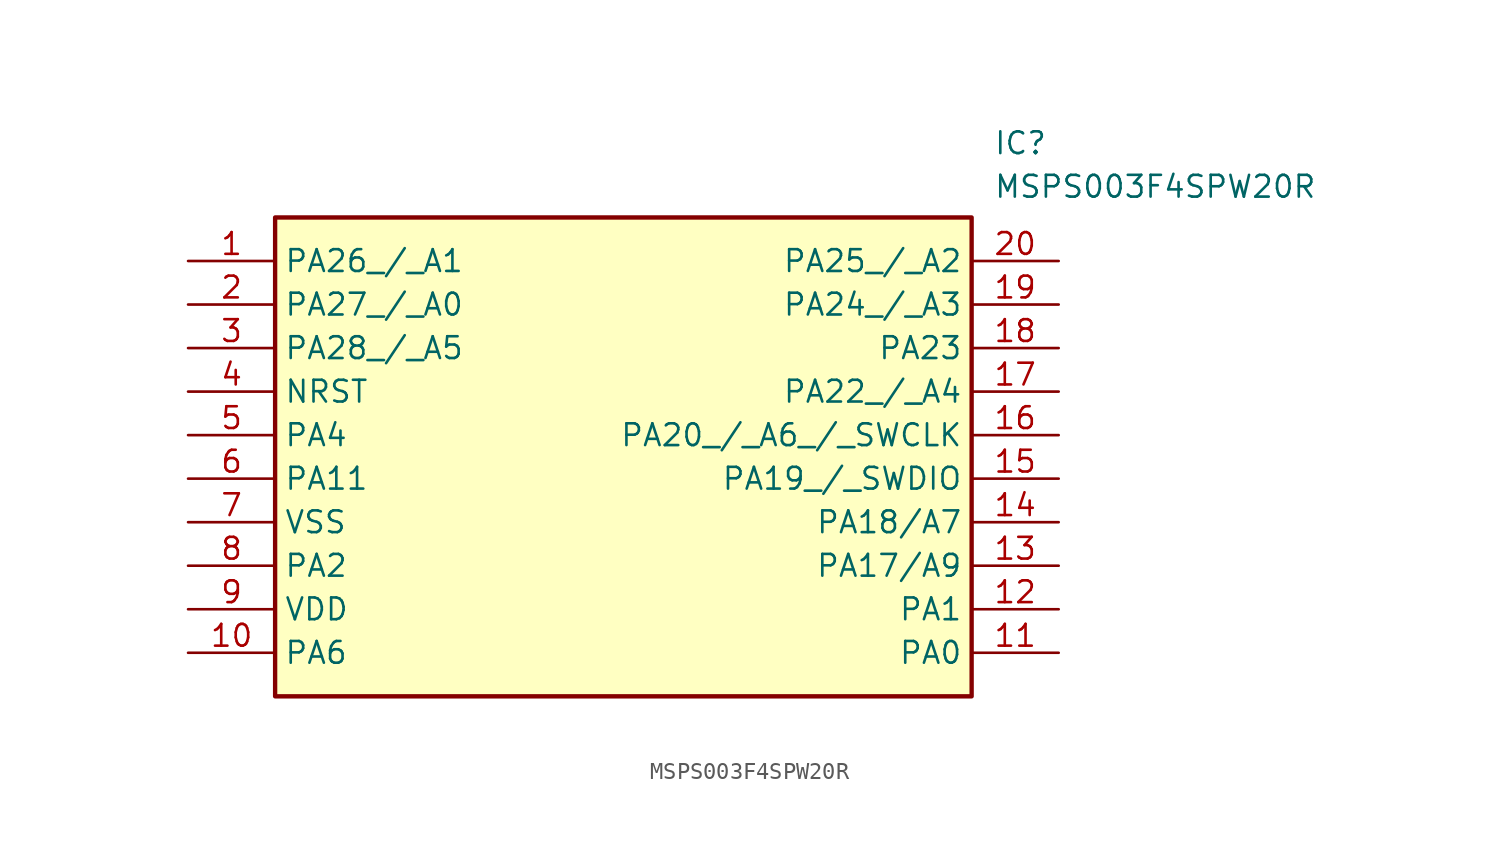
<source format=kicad_sym>
(kicad_symbol_lib
  (version 20211014)
  (generator SamacSys_ECAD_Model)
  (symbol "MSPS003F4SPW20R"
    (property "Reference" "IC"
      (at 46.99 7.62 0)
      (effects (font (size 1.27 1.27)) (justify left top)))
    (property "Value" "MSPS003F4SPW20R"
      (at 46.99 5.08 0)
      (effects (font (size 1.27 1.27)) (justify left top)))
    (rectangle
      (start 5.08 2.54)
      (end 45.72 -25.4)
      (stroke (width 0.254) (type default))
      (fill (type background)))
    (pin passive line
      (at 0 0 0)
      (length 5.08)
      (name "PA26_/_A1" (effects (font (size 1.27 1.27))))
      (number "1" (effects (font (size 1.27 1.27)))))
    (pin passive line
      (at 0 -2.54 0)
      (length 5.08)
      (name "PA27_/_A0" (effects (font (size 1.27 1.27))))
      (number "2" (effects (font (size 1.27 1.27)))))
    (pin passive line
      (at 0 -5.08 0)
      (length 5.08)
      (name "PA28_/_A5" (effects (font (size 1.27 1.27))))
      (number "3" (effects (font (size 1.27 1.27)))))
    (pin passive line
      (at 0 -7.62 0)
      (length 5.08)
      (name "NRST" (effects (font (size 1.27 1.27))))
      (number "4" (effects (font (size 1.27 1.27)))))
    (pin passive line
      (at 0 -10.16 0)
      (length 5.08)
      (name "PA4" (effects (font (size 1.27 1.27))))
      (number "5" (effects (font (size 1.27 1.27)))))
    (pin passive line
      (at 0 -12.7 0)
      (length 5.08)
      (name "PA11" (effects (font (size 1.27 1.27))))
      (number "6" (effects (font (size 1.27 1.27)))))
    (pin passive line
      (at 0 -15.24 0)
      (length 5.08)
      (name "VSS" (effects (font (size 1.27 1.27))))
      (number "7" (effects (font (size 1.27 1.27)))))
    (pin passive line
      (at 0 -17.78 0)
      (length 5.08)
      (name "PA2" (effects (font (size 1.27 1.27))))
      (number "8" (effects (font (size 1.27 1.27)))))
    (pin passive line
      (at 0 -20.32 0)
      (length 5.08)
      (name "VDD" (effects (font (size 1.27 1.27))))
      (number "9" (effects (font (size 1.27 1.27)))))
    (pin passive line
      (at 0 -22.86 0)
      (length 5.08)
      (name "PA6" (effects (font (size 1.27 1.27))))
      (number "10" (effects (font (size 1.27 1.27)))))
    (pin passive line
      (at 50.8 0 180)
      (length 5.08)
      (name "PA25_/_A2" (effects (font (size 1.27 1.27))))
      (number "20" (effects (font (size 1.27 1.27)))))
    (pin passive line
      (at 50.8 -2.54 180)
      (length 5.08)
      (name "PA24_/_A3" (effects (font (size 1.27 1.27))))
      (number "19" (effects (font (size 1.27 1.27)))))
    (pin passive line
      (at 50.8 -5.08 180)
      (length 5.08)
      (name "PA23" (effects (font (size 1.27 1.27))))
      (number "18" (effects (font (size 1.27 1.27)))))
    (pin passive line
      (at 50.8 -7.62 180)
      (length 5.08)
      (name "PA22_/_A4" (effects (font (size 1.27 1.27))))
      (number "17" (effects (font (size 1.27 1.27)))))
    (pin passive line
      (at 50.8 -10.16 180)
      (length 5.08)
      (name "PA20_/_A6_/_SWCLK" (effects (font (size 1.27 1.27))))
      (number "16" (effects (font (size 1.27 1.27)))))
    (pin passive line
      (at 50.8 -12.7 180)
      (length 5.08)
      (name "PA19_/_SWDIO" (effects (font (size 1.27 1.27))))
      (number "15" (effects (font (size 1.27 1.27)))))
    (pin passive line
      (at 50.8 -15.24 180)
      (length 5.08)
      (name "PA18/A7" (effects (font (size 1.27 1.27))))
      (number "14" (effects (font (size 1.27 1.27)))))
    (pin passive line
      (at 50.8 -17.78 180)
      (length 5.08)
      (name "PA17/A9" (effects (font (size 1.27 1.27))))
      (number "13" (effects (font (size 1.27 1.27)))))
    (pin passive line
      (at 50.8 -20.32 180)
      (length 5.08)
      (name "PA1" (effects (font (size 1.27 1.27))))
      (number "12" (effects (font (size 1.27 1.27)))))
    (pin passive line
      (at 50.8 -22.86 180)
      (length 5.08)
      (name "PA0" (effects (font (size 1.27 1.27))))
      (number "11" (effects (font (size 1.27 1.27)))))))
</source>
